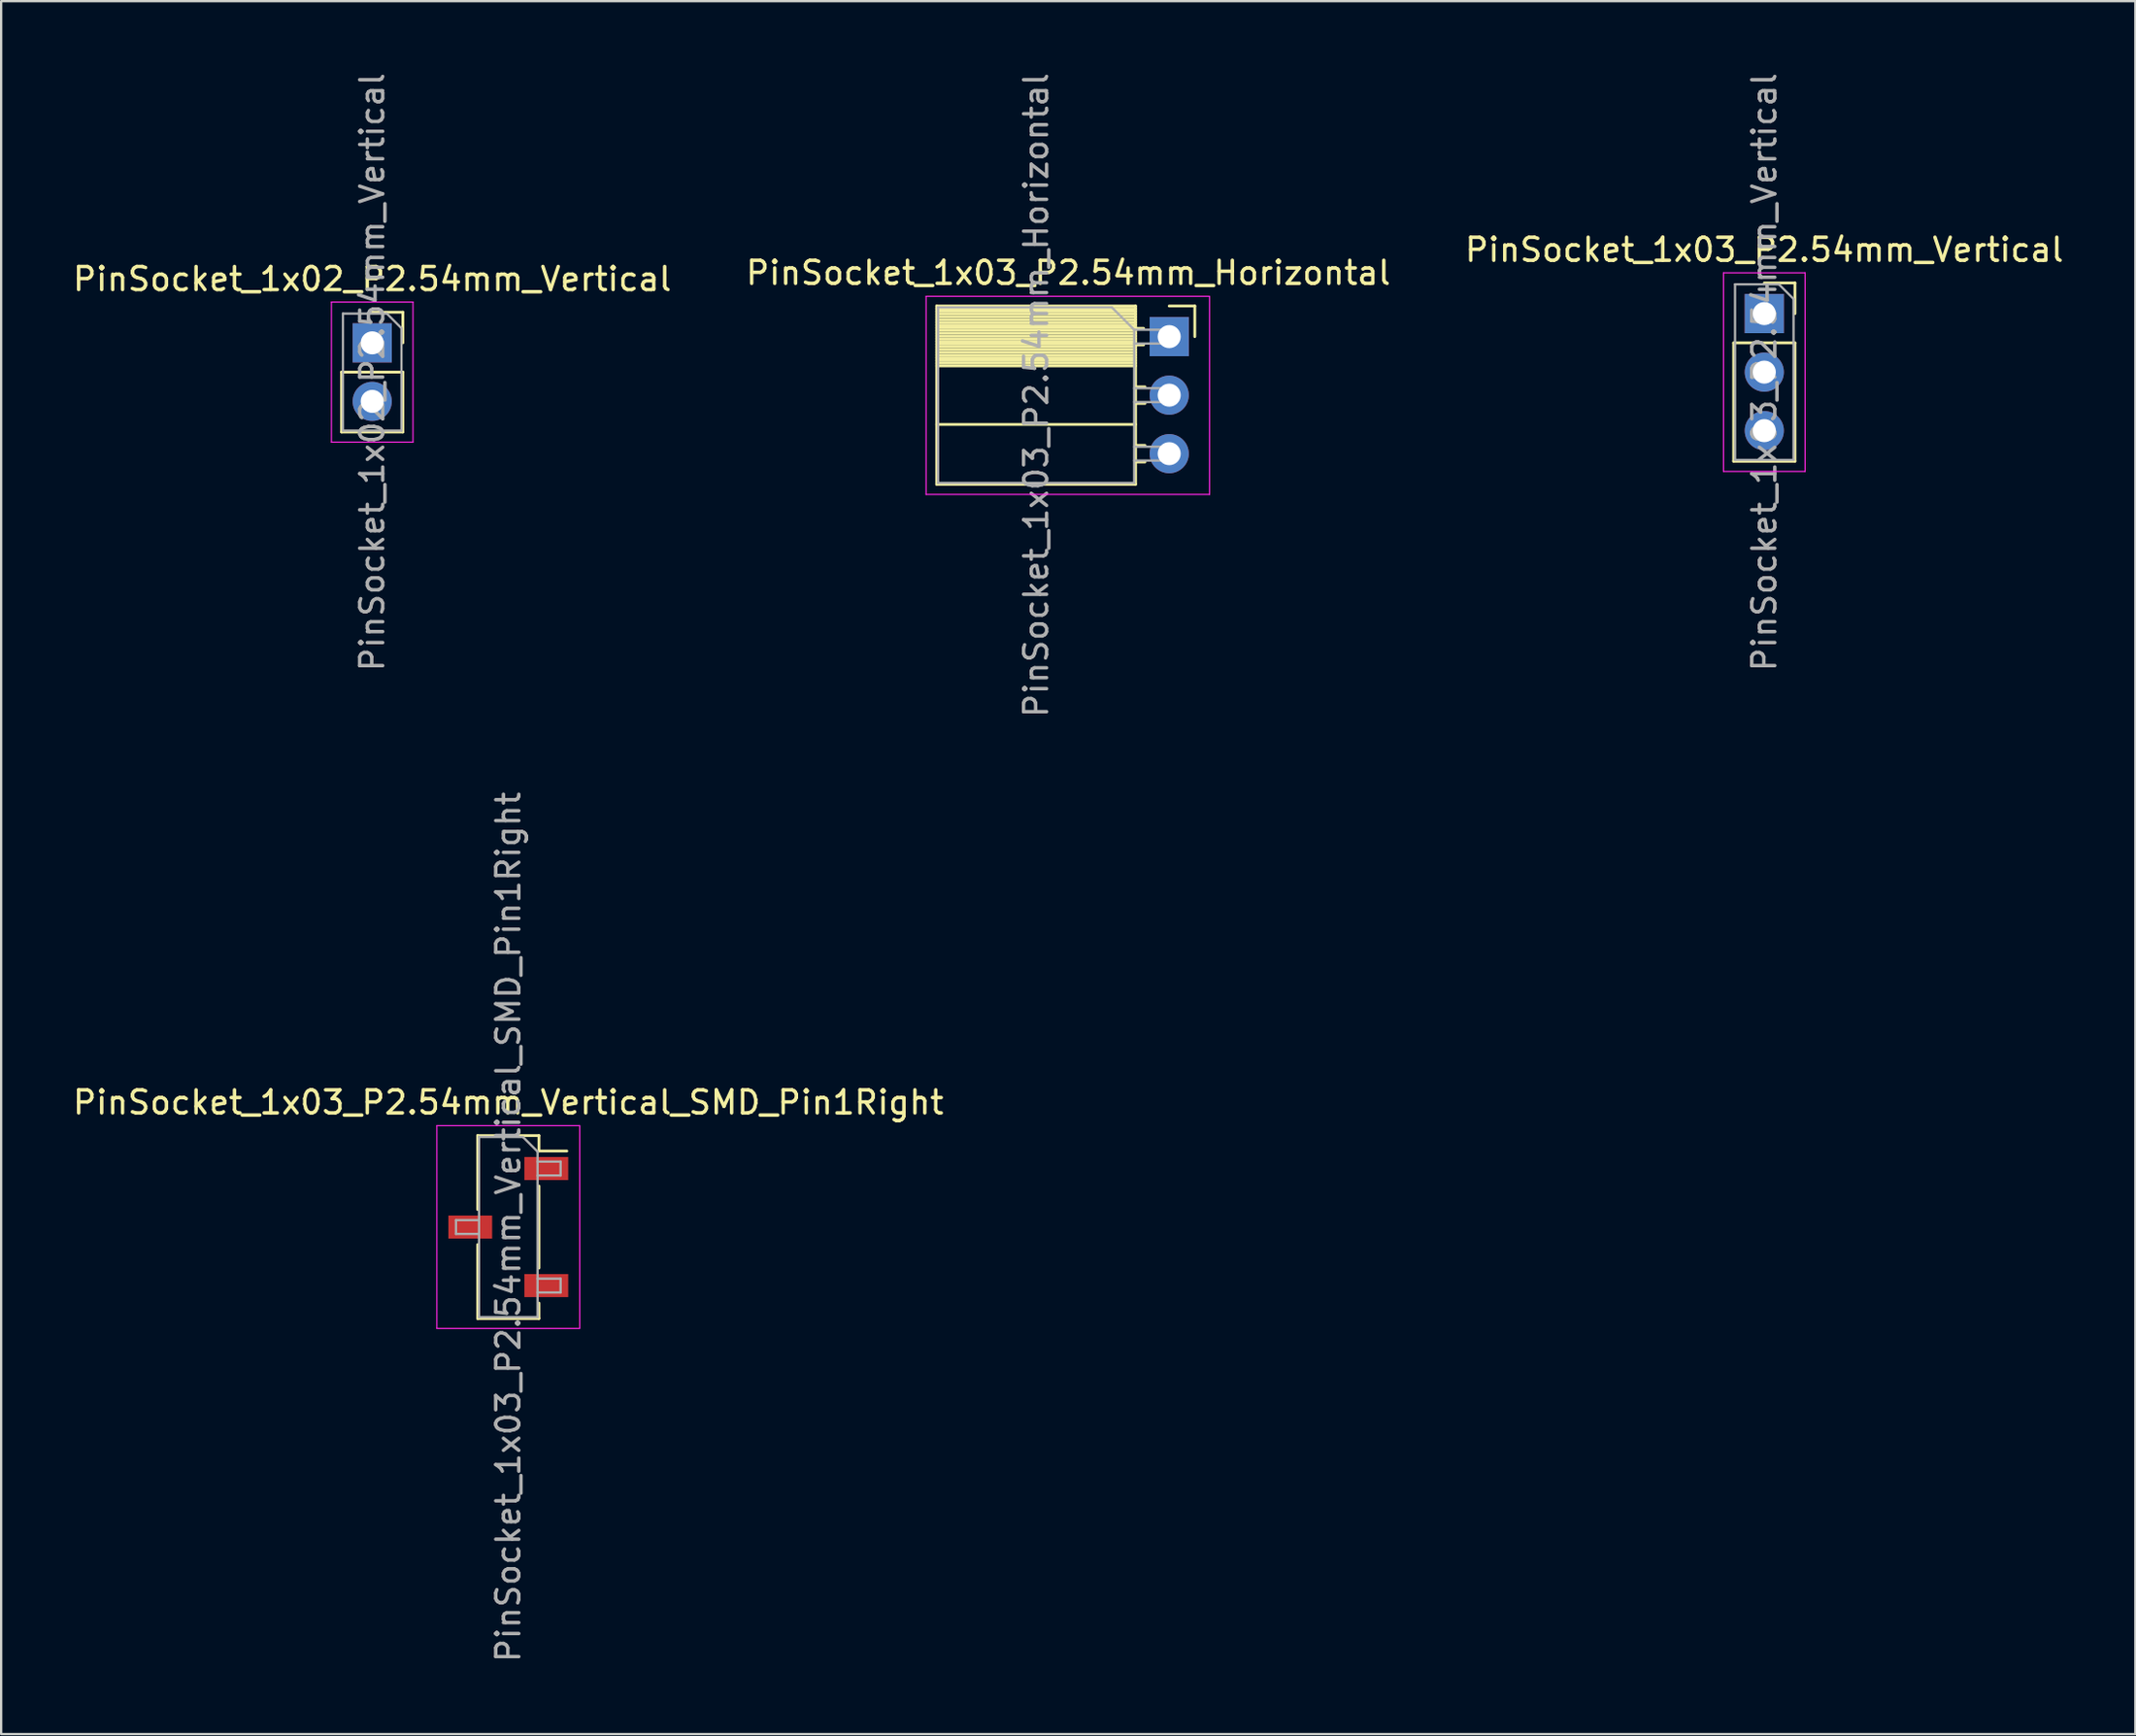
<source format=kicad_pcb>
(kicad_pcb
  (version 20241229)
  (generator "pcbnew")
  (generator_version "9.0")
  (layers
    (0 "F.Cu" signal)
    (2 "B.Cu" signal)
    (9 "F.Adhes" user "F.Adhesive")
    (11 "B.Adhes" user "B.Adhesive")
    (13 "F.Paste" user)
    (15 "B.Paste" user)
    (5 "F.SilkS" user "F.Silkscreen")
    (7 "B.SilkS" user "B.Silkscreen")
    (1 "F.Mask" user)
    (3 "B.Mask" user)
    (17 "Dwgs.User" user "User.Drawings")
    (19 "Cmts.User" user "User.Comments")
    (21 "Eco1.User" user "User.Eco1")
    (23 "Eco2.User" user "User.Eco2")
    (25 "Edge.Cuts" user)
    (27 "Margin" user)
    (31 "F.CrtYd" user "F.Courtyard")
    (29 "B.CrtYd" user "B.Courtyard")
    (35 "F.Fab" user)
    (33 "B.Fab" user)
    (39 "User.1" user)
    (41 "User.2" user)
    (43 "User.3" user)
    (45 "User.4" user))
  (footprint "PinSocket_1x02_P2.54mm_Vertical"
    (layer "F.Cu")
    (at 13.101 11.831)
    (property "Reference" "PinSocket_1x02_P2.54mm_Vertical" (at 0 -2.77 0) (layer "F.SilkS") (effects (font (size 1 1) (thickness 0.15))))
    (attr through_hole)
    (fp_line (start -1.33 1.27) (end -1.33 3.87) (stroke (width 0.12) (type solid)) (layer "F.SilkS"))
    (fp_line (start -1.33 1.27) (end 1.33 1.27) (stroke (width 0.12) (type solid)) (layer "F.SilkS"))
    (fp_line (start -1.33 3.87) (end 1.33 3.87) (stroke (width 0.12) (type solid)) (layer "F.SilkS"))
    (fp_line (start 0 -1.33) (end 1.33 -1.33) (stroke (width 0.12) (type solid)) (layer "F.SilkS"))
    (fp_line (start 1.33 -1.33) (end 1.33 0) (stroke (width 0.12) (type solid)) (layer "F.SilkS"))
    (fp_line (start 1.33 1.27) (end 1.33 3.87) (stroke (width 0.12) (type solid)) (layer "F.SilkS"))
    (fp_line (start -1.77 -1.77) (end 1.77 -1.77) (stroke (width 0.05) (type solid)) (layer "F.CrtYd"))
    (fp_line (start -1.77 4.31) (end -1.77 -1.77) (stroke (width 0.05) (type solid)) (layer "F.CrtYd"))
    (fp_line (start 1.77 -1.77) (end 1.77 4.31) (stroke (width 0.05) (type solid)) (layer "F.CrtYd"))
    (fp_line (start 1.77 4.31) (end -1.77 4.31) (stroke (width 0.05) (type solid)) (layer "F.CrtYd"))
    (fp_line (start -1.27 -1.27) (end 0.635 -1.27) (stroke (width 0.1) (type solid)) (layer "F.Fab"))
    (fp_line (start -1.27 3.81) (end -1.27 -1.27) (stroke (width 0.1) (type solid)) (layer "F.Fab"))
    (fp_line (start 0.635 -1.27) (end 1.27 -0.635) (stroke (width 0.1) (type solid)) (layer "F.Fab"))
    (fp_line (start 1.27 -0.635) (end 1.27 3.81) (stroke (width 0.1) (type solid)) (layer "F.Fab"))
    (fp_line (start 1.27 3.81) (end -1.27 3.81) (stroke (width 0.1) (type solid)) (layer "F.Fab"))
    (fp_text user "${REFERENCE}" (at 0 1.27 90) (layer "F.Fab") (effects (font (size 1 1) (thickness 0.15))))
    (pad "1" thru_hole rect (at 0 0) (size 1.7 1.7) (drill 1) (layers "*.Cu" "*.Mask"))
    (pad "2" thru_hole circle (at 0 2.54) (size 1.7 1.7) (drill 1) (layers "*.Cu" "*.Mask")))
  (footprint "PinSocket_1x03_P2.54mm_Horizontal"
    (layer "F.Cu")
    (at 47.684 11.561)
    (property "Reference" "PinSocket_1x03_P2.54mm_Horizontal" (at -4.38 -2.77 0) (layer "F.SilkS") (effects (font (size 1 1) (thickness 0.15))))
    (attr through_hole)
    (fp_line (start -10.09 -1.33) (end -10.09 6.41) (stroke (width 0.12) (type solid)) (layer "F.SilkS"))
    (fp_line (start -10.09 -1.33) (end -1.46 -1.33) (stroke (width 0.12) (type solid)) (layer "F.SilkS"))
    (fp_line (start -10.09 -1.21) (end -1.46 -1.21) (stroke (width 0.12) (type solid)) (layer "F.SilkS"))
    (fp_line (start -10.09 -1.092) (end -1.46 -1.092) (stroke (width 0.12) (type solid)) (layer "F.SilkS"))
    (fp_line (start -10.09 -0.974) (end -1.46 -0.974) (stroke (width 0.12) (type solid)) (layer "F.SilkS"))
    (fp_line (start -10.09 -0.856) (end -1.46 -0.856) (stroke (width 0.12) (type solid)) (layer "F.SilkS"))
    (fp_line (start -10.09 -0.738) (end -1.46 -0.738) (stroke (width 0.12) (type solid)) (layer "F.SilkS"))
    (fp_line (start -10.09 -0.62) (end -1.46 -0.62) (stroke (width 0.12) (type solid)) (layer "F.SilkS"))
    (fp_line (start -10.09 -0.501) (end -1.46 -0.501) (stroke (width 0.12) (type solid)) (layer "F.SilkS"))
    (fp_line (start -10.09 -0.383) (end -1.46 -0.383) (stroke (width 0.12) (type solid)) (layer "F.SilkS"))
    (fp_line (start -10.09 -0.265) (end -1.46 -0.265) (stroke (width 0.12) (type solid)) (layer "F.SilkS"))
    (fp_line (start -10.09 -0.147) (end -1.46 -0.147) (stroke (width 0.12) (type solid)) (layer "F.SilkS"))
    (fp_line (start -10.09 -0.029) (end -1.46 -0.029) (stroke (width 0.12) (type solid)) (layer "F.SilkS"))
    (fp_line (start -10.09 0.089) (end -1.46 0.089) (stroke (width 0.12) (type solid)) (layer "F.SilkS"))
    (fp_line (start -10.09 0.207) (end -1.46 0.207) (stroke (width 0.12) (type solid)) (layer "F.SilkS"))
    (fp_line (start -10.09 0.325) (end -1.46 0.325) (stroke (width 0.12) (type solid)) (layer "F.SilkS"))
    (fp_line (start -10.09 0.443) (end -1.46 0.443) (stroke (width 0.12) (type solid)) (layer "F.SilkS"))
    (fp_line (start -10.09 0.561) (end -1.46 0.561) (stroke (width 0.12) (type solid)) (layer "F.SilkS"))
    (fp_line (start -10.09 0.68) (end -1.46 0.68) (stroke (width 0.12) (type solid)) (layer "F.SilkS"))
    (fp_line (start -10.09 0.798) (end -1.46 0.798) (stroke (width 0.12) (type solid)) (layer "F.SilkS"))
    (fp_line (start -10.09 0.916) (end -1.46 0.916) (stroke (width 0.12) (type solid)) (layer "F.SilkS"))
    (fp_line (start -10.09 1.034) (end -1.46 1.034) (stroke (width 0.12) (type solid)) (layer "F.SilkS"))
    (fp_line (start -10.09 1.152) (end -1.46 1.152) (stroke (width 0.12) (type solid)) (layer "F.SilkS"))
    (fp_line (start -10.09 1.27) (end -1.46 1.27) (stroke (width 0.12) (type solid)) (layer "F.SilkS"))
    (fp_line (start -10.09 3.81) (end -1.46 3.81) (stroke (width 0.12) (type solid)) (layer "F.SilkS"))
    (fp_line (start -10.09 6.41) (end -1.46 6.41) (stroke (width 0.12) (type solid)) (layer "F.SilkS"))
    (fp_line (start -1.46 -1.33) (end -1.46 6.41) (stroke (width 0.12) (type solid)) (layer "F.SilkS"))
    (fp_line (start -1.46 -0.36) (end -1.11 -0.36) (stroke (width 0.12) (type solid)) (layer "F.SilkS"))
    (fp_line (start -1.46 0.36) (end -1.11 0.36) (stroke (width 0.12) (type solid)) (layer "F.SilkS"))
    (fp_line (start -1.46 2.18) (end -1.05 2.18) (stroke (width 0.12) (type solid)) (layer "F.SilkS"))
    (fp_line (start -1.46 2.9) (end -1.05 2.9) (stroke (width 0.12) (type solid)) (layer "F.SilkS"))
    (fp_line (start -1.46 4.72) (end -1.05 4.72) (stroke (width 0.12) (type solid)) (layer "F.SilkS"))
    (fp_line (start -1.46 5.44) (end -1.05 5.44) (stroke (width 0.12) (type solid)) (layer "F.SilkS"))
    (fp_line (start 0 -1.33) (end 1.11 -1.33) (stroke (width 0.12) (type solid)) (layer "F.SilkS"))
    (fp_line (start 1.11 -1.33) (end 1.11 0) (stroke (width 0.12) (type solid)) (layer "F.SilkS"))
    (fp_line (start -10.55 -1.75) (end -10.55 6.85) (stroke (width 0.05) (type solid)) (layer "F.CrtYd"))
    (fp_line (start -10.55 6.85) (end 1.75 6.85) (stroke (width 0.05) (type solid)) (layer "F.CrtYd"))
    (fp_line (start 1.75 -1.75) (end -10.55 -1.75) (stroke (width 0.05) (type solid)) (layer "F.CrtYd"))
    (fp_line (start 1.75 6.85) (end 1.75 -1.75) (stroke (width 0.05) (type solid)) (layer "F.CrtYd"))
    (fp_line (start -10.03 -1.27) (end -2.49 -1.27) (stroke (width 0.1) (type solid)) (layer "F.Fab"))
    (fp_line (start -10.03 6.35) (end -10.03 -1.27) (stroke (width 0.1) (type solid)) (layer "F.Fab"))
    (fp_line (start -2.49 -1.27) (end -1.52 -0.3) (stroke (width 0.1) (type solid)) (layer "F.Fab"))
    (fp_line (start -1.52 -0.3) (end -1.52 6.35) (stroke (width 0.1) (type solid)) (layer "F.Fab"))
    (fp_line (start -1.52 0.3) (end 0 0.3) (stroke (width 0.1) (type solid)) (layer "F.Fab"))
    (fp_line (start -1.52 2.84) (end 0 2.84) (stroke (width 0.1) (type solid)) (layer "F.Fab"))
    (fp_line (start -1.52 5.38) (end 0 5.38) (stroke (width 0.1) (type solid)) (layer "F.Fab"))
    (fp_line (start -1.52 6.35) (end -10.03 6.35) (stroke (width 0.1) (type solid)) (layer "F.Fab"))
    (fp_line (start 0 -0.3) (end -1.52 -0.3) (stroke (width 0.1) (type solid)) (layer "F.Fab"))
    (fp_line (start 0 0.3) (end 0 -0.3) (stroke (width 0.1) (type solid)) (layer "F.Fab"))
    (fp_line (start 0 2.24) (end -1.52 2.24) (stroke (width 0.1) (type solid)) (layer "F.Fab"))
    (fp_line (start 0 2.84) (end 0 2.24) (stroke (width 0.1) (type solid)) (layer "F.Fab"))
    (fp_line (start 0 4.78) (end -1.52 4.78) (stroke (width 0.1) (type solid)) (layer "F.Fab"))
    (fp_line (start 0 5.38) (end 0 4.78) (stroke (width 0.1) (type solid)) (layer "F.Fab"))
    (fp_text user "${REFERENCE}" (at -5.775 2.54 90) (layer "F.Fab") (effects (font (size 1 1) (thickness 0.15))))
    (pad "1" thru_hole rect (at 0 0) (size 1.7 1.7) (drill 1) (layers "*.Cu" "*.Mask"))
    (pad "2" thru_hole circle (at 0 2.54) (size 1.7 1.7) (drill 1) (layers "*.Cu" "*.Mask"))
    (pad "3" thru_hole circle (at 0 5.08) (size 1.7 1.7) (drill 1) (layers "*.Cu" "*.Mask")))
  (footprint "PinSocket_1x03_P2.54mm_Vertical"
    (layer "F.Cu")
    (at 73.506 10.561)
    (property "Reference" "PinSocket_1x03_P2.54mm_Vertical" (at 0 -2.77 0) (layer "F.SilkS") (effects (font (size 1 1) (thickness 0.15))))
    (attr through_hole)
    (fp_line (start -1.33 1.27) (end -1.33 6.41) (stroke (width 0.12) (type solid)) (layer "F.SilkS"))
    (fp_line (start -1.33 1.27) (end 1.33 1.27) (stroke (width 0.12) (type solid)) (layer "F.SilkS"))
    (fp_line (start -1.33 6.41) (end 1.33 6.41) (stroke (width 0.12) (type solid)) (layer "F.SilkS"))
    (fp_line (start 0 -1.33) (end 1.33 -1.33) (stroke (width 0.12) (type solid)) (layer "F.SilkS"))
    (fp_line (start 1.33 -1.33) (end 1.33 0) (stroke (width 0.12) (type solid)) (layer "F.SilkS"))
    (fp_line (start 1.33 1.27) (end 1.33 6.41) (stroke (width 0.12) (type solid)) (layer "F.SilkS"))
    (fp_line (start -1.77 -1.77) (end 1.77 -1.77) (stroke (width 0.05) (type solid)) (layer "F.CrtYd"))
    (fp_line (start -1.77 6.85) (end -1.77 -1.77) (stroke (width 0.05) (type solid)) (layer "F.CrtYd"))
    (fp_line (start 1.77 -1.77) (end 1.77 6.85) (stroke (width 0.05) (type solid)) (layer "F.CrtYd"))
    (fp_line (start 1.77 6.85) (end -1.77 6.85) (stroke (width 0.05) (type solid)) (layer "F.CrtYd"))
    (fp_line (start -1.27 -1.27) (end 0.635 -1.27) (stroke (width 0.1) (type solid)) (layer "F.Fab"))
    (fp_line (start -1.27 6.35) (end -1.27 -1.27) (stroke (width 0.1) (type solid)) (layer "F.Fab"))
    (fp_line (start 0.635 -1.27) (end 1.27 -0.635) (stroke (width 0.1) (type solid)) (layer "F.Fab"))
    (fp_line (start 1.27 -0.635) (end 1.27 6.35) (stroke (width 0.1) (type solid)) (layer "F.Fab"))
    (fp_line (start 1.27 6.35) (end -1.27 6.35) (stroke (width 0.1) (type solid)) (layer "F.Fab"))
    (fp_text user "${REFERENCE}" (at 0 2.54 90) (layer "F.Fab") (effects (font (size 1 1) (thickness 0.15))))
    (pad "1" thru_hole rect (at 0 0) (size 1.7 1.7) (drill 1) (layers "*.Cu" "*.Mask"))
    (pad "2" thru_hole circle (at 0 2.54) (size 1.7 1.7) (drill 1) (layers "*.Cu" "*.Mask"))
    (pad "3" thru_hole circle (at 0 5.08) (size 1.7 1.7) (drill 1) (layers "*.Cu" "*.Mask")))
  (footprint "PinSocket_1x03_P2.54mm_Vertical_SMD_Pin1Right"
    (layer "F.Cu")
    (at 19.006 50.208)
    (property "Reference" "PinSocket_1x03_P2.54mm_Vertical_SMD_Pin1Right" (at 0 -5.41 0) (layer "F.SilkS") (effects (font (size 1 1) (thickness 0.15))))
    (attr smd)
    (fp_line (start -1.33 -3.97) (end -1.33 -0.76) (stroke (width 0.12) (type solid)) (layer "F.SilkS"))
    (fp_line (start -1.33 -3.97) (end 1.33 -3.97) (stroke (width 0.12) (type solid)) (layer "F.SilkS"))
    (fp_line (start -1.33 0.76) (end -1.33 3.97) (stroke (width 0.12) (type solid)) (layer "F.SilkS"))
    (fp_line (start -1.33 3.97) (end 1.33 3.97) (stroke (width 0.12) (type solid)) (layer "F.SilkS"))
    (fp_line (start 1.33 -3.97) (end 1.33 -3.3) (stroke (width 0.12) (type solid)) (layer "F.SilkS"))
    (fp_line (start 1.33 -3.3) (end 2.54 -3.3) (stroke (width 0.12) (type solid)) (layer "F.SilkS"))
    (fp_line (start 1.33 -1.78) (end 1.33 1.78) (stroke (width 0.12) (type solid)) (layer "F.SilkS"))
    (fp_line (start 1.33 3.3) (end 1.33 3.97) (stroke (width 0.12) (type solid)) (layer "F.SilkS"))
    (fp_line (start -3.1 -4.4) (end 3.1 -4.4) (stroke (width 0.05) (type solid)) (layer "F.CrtYd"))
    (fp_line (start -3.1 4.4) (end -3.1 -4.4) (stroke (width 0.05) (type solid)) (layer "F.CrtYd"))
    (fp_line (start 3.1 -4.4) (end 3.1 4.4) (stroke (width 0.05) (type solid)) (layer "F.CrtYd"))
    (fp_line (start 3.1 4.4) (end -3.1 4.4) (stroke (width 0.05) (type solid)) (layer "F.CrtYd"))
    (fp_line (start -2.27 -0.3) (end -1.27 -0.3) (stroke (width 0.1) (type solid)) (layer "F.Fab"))
    (fp_line (start -2.27 0.3) (end -2.27 -0.3) (stroke (width 0.1) (type solid)) (layer "F.Fab"))
    (fp_line (start -1.27 -3.91) (end 0.635 -3.91) (stroke (width 0.1) (type solid)) (layer "F.Fab"))
    (fp_line (start -1.27 0.3) (end -2.27 0.3) (stroke (width 0.1) (type solid)) (layer "F.Fab"))
    (fp_line (start -1.27 3.91) (end -1.27 -3.91) (stroke (width 0.1) (type solid)) (layer "F.Fab"))
    (fp_line (start 0.635 -3.91) (end 1.27 -3.275) (stroke (width 0.1) (type solid)) (layer "F.Fab"))
    (fp_line (start 1.27 -3.275) (end 1.27 3.91) (stroke (width 0.1) (type solid)) (layer "F.Fab"))
    (fp_line (start 1.27 -2.84) (end 2.27 -2.84) (stroke (width 0.1) (type solid)) (layer "F.Fab"))
    (fp_line (start 1.27 2.24) (end 2.27 2.24) (stroke (width 0.1) (type solid)) (layer "F.Fab"))
    (fp_line (start 1.27 3.91) (end -1.27 3.91) (stroke (width 0.1) (type solid)) (layer "F.Fab"))
    (fp_line (start 2.27 -2.84) (end 2.27 -2.24) (stroke (width 0.1) (type solid)) (layer "F.Fab"))
    (fp_line (start 2.27 -2.24) (end 1.27 -2.24) (stroke (width 0.1) (type solid)) (layer "F.Fab"))
    (fp_line (start 2.27 2.24) (end 2.27 2.84) (stroke (width 0.1) (type solid)) (layer "F.Fab"))
    (fp_line (start 2.27 2.84) (end 1.27 2.84) (stroke (width 0.1) (type solid)) (layer "F.Fab"))
    (fp_text user "${REFERENCE}" (at 0 0 90) (layer "F.Fab") (effects (font (size 1 1) (thickness 0.15))))
    (pad "1" smd rect (at 1.65 -2.54) (size 1.9 1) (layers "F.Cu" "F.Mask" "F.Paste"))
    (pad "2" smd rect (at -1.65 0) (size 1.9 1) (layers "F.Cu" "F.Mask" "F.Paste"))
    (pad "3" smd rect (at 1.65 2.54) (size 1.9 1) (layers "F.Cu" "F.Mask" "F.Paste")))
  (gr_rect
    (start -3 -3)
    (end 89.607 72.214)
    (stroke (width 0.1) (type default))
    (fill no)
    (layer "Edge.Cuts")))
</source>
